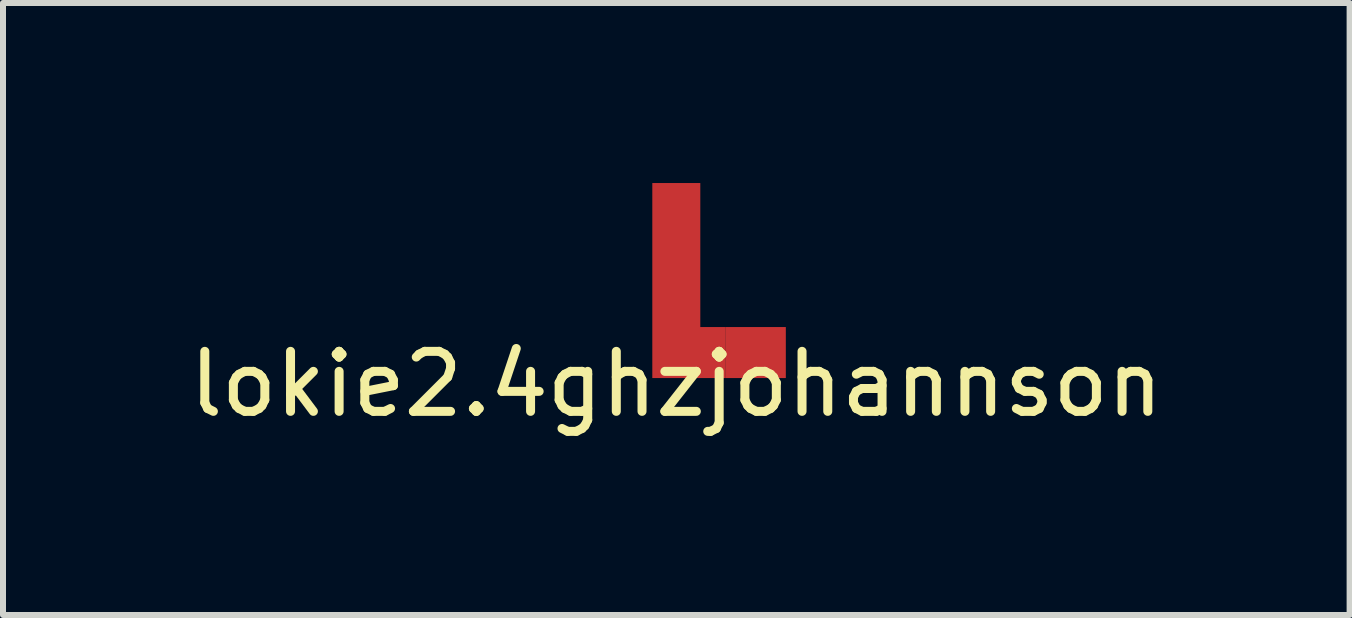
<source format=kicad_pcb>
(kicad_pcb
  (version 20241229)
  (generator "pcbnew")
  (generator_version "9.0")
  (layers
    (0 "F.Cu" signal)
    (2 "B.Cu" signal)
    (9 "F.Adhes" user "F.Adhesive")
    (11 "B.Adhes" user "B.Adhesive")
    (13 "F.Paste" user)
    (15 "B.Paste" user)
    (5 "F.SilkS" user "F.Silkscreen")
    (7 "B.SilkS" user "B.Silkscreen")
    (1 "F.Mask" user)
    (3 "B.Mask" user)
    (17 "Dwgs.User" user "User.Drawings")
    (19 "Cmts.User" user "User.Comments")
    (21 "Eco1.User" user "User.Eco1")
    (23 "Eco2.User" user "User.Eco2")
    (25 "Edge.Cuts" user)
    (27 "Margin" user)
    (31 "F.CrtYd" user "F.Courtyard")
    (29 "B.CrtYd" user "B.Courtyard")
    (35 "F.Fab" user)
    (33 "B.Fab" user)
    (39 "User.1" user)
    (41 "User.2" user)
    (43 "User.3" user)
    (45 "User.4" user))
  (footprint "lokie2.4ghzjohannson"
    (layer "F.Cu")
    (at 8.22 2.85)
    (property "Reference" "lokie2.4ghzjohannson" (at 0 0.5 0) (layer "F.SilkS") (effects (font (size 1 1) (thickness 0.15))))
    (attr through_hole)
    (fp_poly (pts (xy 0.4 -0.45) (xy 0.825 -0.45) (xy 0.825 0.4) (xy -0.4 0.4) (xy -0.4 -2.85) (xy 0.4 -2.85)) (stroke (width 0) (type solid)) (fill yes) (layer "F.Cu"))
    (pad "1" connect rect (at 1.325 -0.025 90) (size 0.85 1) (layers "F.Cu" "F.Mask")))
  (gr_rect
    (start -3 -3)
    (end 19.44 7.198)
    (stroke (width 0.1) (type default))
    (fill no)
    (layer "Edge.Cuts")))
</source>
